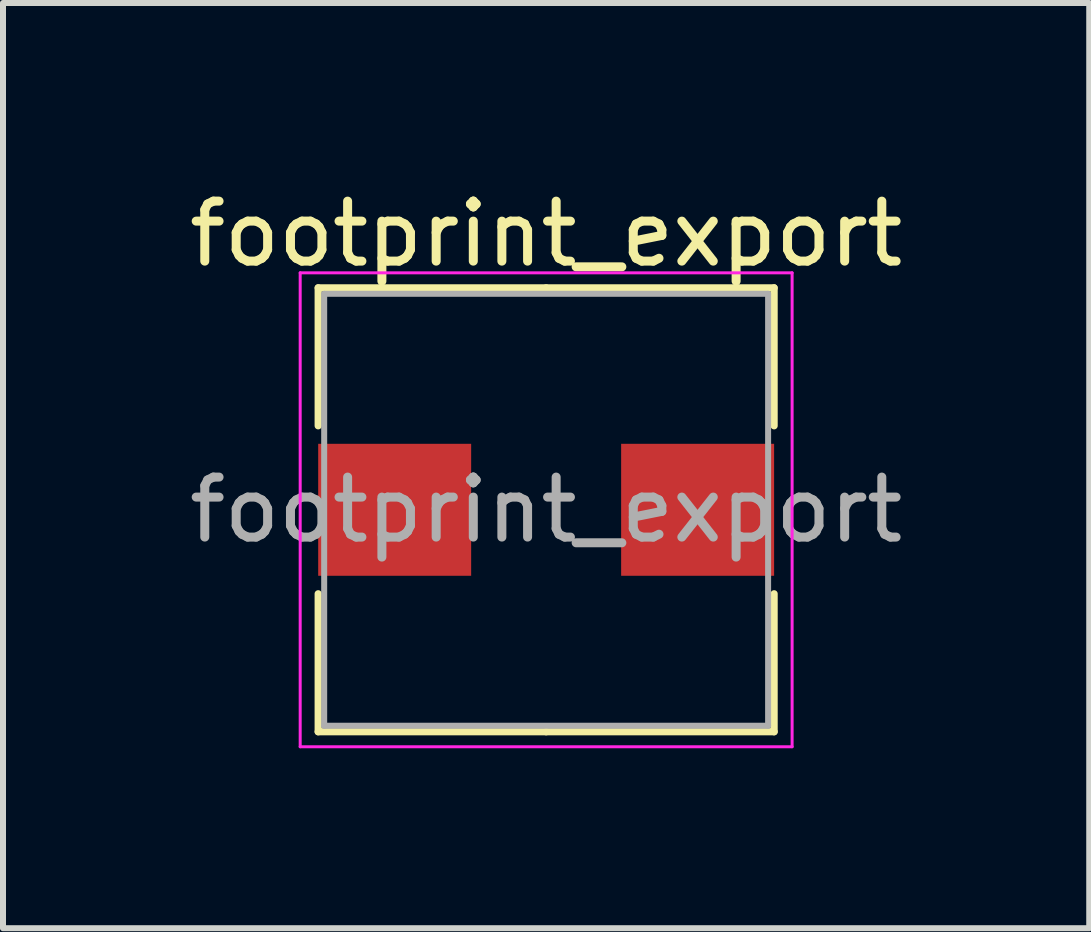
<source format=kicad_pcb>
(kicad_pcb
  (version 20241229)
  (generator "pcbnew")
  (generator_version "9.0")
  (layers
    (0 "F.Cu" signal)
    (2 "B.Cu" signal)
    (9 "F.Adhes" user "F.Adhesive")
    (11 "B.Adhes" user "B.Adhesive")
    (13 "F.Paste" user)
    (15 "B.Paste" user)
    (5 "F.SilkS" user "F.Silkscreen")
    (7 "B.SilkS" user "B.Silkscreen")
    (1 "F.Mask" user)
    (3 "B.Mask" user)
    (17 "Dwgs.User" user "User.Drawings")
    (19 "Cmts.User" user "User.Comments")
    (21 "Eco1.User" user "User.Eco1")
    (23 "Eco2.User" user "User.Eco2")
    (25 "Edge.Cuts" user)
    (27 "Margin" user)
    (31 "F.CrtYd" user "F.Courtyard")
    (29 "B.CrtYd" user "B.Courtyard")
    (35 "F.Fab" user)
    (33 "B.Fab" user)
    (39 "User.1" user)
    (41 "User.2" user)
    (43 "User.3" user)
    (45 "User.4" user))
  (footprint "footprint_export"
    (layer "F.Cu")
    (at 6.054 5.448)
    (property "Reference" "footprint_export" (at 0 -4.6 0) (layer "F.SilkS") (effects (font (size 1 1) (thickness 0.15))))
    (attr smd)
    (fp_line (start -3.8 -3.7) (end 0 -3.7) (stroke (width 0.12) (type solid)) (layer "F.SilkS"))
    (fp_line (start -3.8 -1.4) (end -3.8 -3.7) (stroke (width 0.12) (type solid)) (layer "F.SilkS"))
    (fp_line (start -3.8 1.4) (end -3.8 3.7) (stroke (width 0.12) (type solid)) (layer "F.SilkS"))
    (fp_line (start -3.8 3.7) (end 0 3.7) (stroke (width 0.12) (type solid)) (layer "F.SilkS"))
    (fp_line (start 3.8 -3.7) (end 0 -3.7) (stroke (width 0.12) (type solid)) (layer "F.SilkS"))
    (fp_line (start 3.8 -1.4) (end 3.8 -3.7) (stroke (width 0.12) (type solid)) (layer "F.SilkS"))
    (fp_line (start 3.8 1.4) (end 3.8 3.7) (stroke (width 0.12) (type solid)) (layer "F.SilkS"))
    (fp_line (start 3.8 3.7) (end 0 3.7) (stroke (width 0.12) (type solid)) (layer "F.SilkS"))
    (fp_line (start -4.1 -3.95) (end -4.1 3.95) (stroke (width 0.05) (type solid)) (layer "F.CrtYd"))
    (fp_line (start -4.1 3.95) (end 4.1 3.95) (stroke (width 0.05) (type solid)) (layer "F.CrtYd"))
    (fp_line (start 4.1 -3.95) (end -4.1 -3.95) (stroke (width 0.05) (type solid)) (layer "F.CrtYd"))
    (fp_line (start 4.1 3.95) (end 4.1 -3.95) (stroke (width 0.05) (type solid)) (layer "F.CrtYd"))
    (fp_line (start -3.7 -3.6) (end -3.7 3.6) (stroke (width 0.1) (type solid)) (layer "F.Fab"))
    (fp_line (start -3.7 3.6) (end 3.7 3.6) (stroke (width 0.1) (type solid)) (layer "F.Fab"))
    (fp_line (start 3.7 -3.6) (end -3.7 -3.6) (stroke (width 0.1) (type solid)) (layer "F.Fab"))
    (fp_line (start 3.7 3.6) (end 3.7 -3.6) (stroke (width 0.1) (type solid)) (layer "F.Fab"))
    (fp_text user "${REFERENCE}" (at 0 0 0) (layer "F.Fab") (effects (font (size 1 1) (thickness 0.15))))
    (pad "1" smd rect (at -2.525 0) (size 2.55 2.2) (layers "F.Cu" "F.Mask" "F.Paste"))
    (pad "2" smd rect (at 2.525 0) (size 2.55 2.2) (layers "F.Cu" "F.Mask" "F.Paste")))
  (gr_rect
    (start -3 -3)
    (end 15.107 12.423)
    (stroke (width 0.1) (type default))
    (fill no)
    (layer "Edge.Cuts")))
</source>
